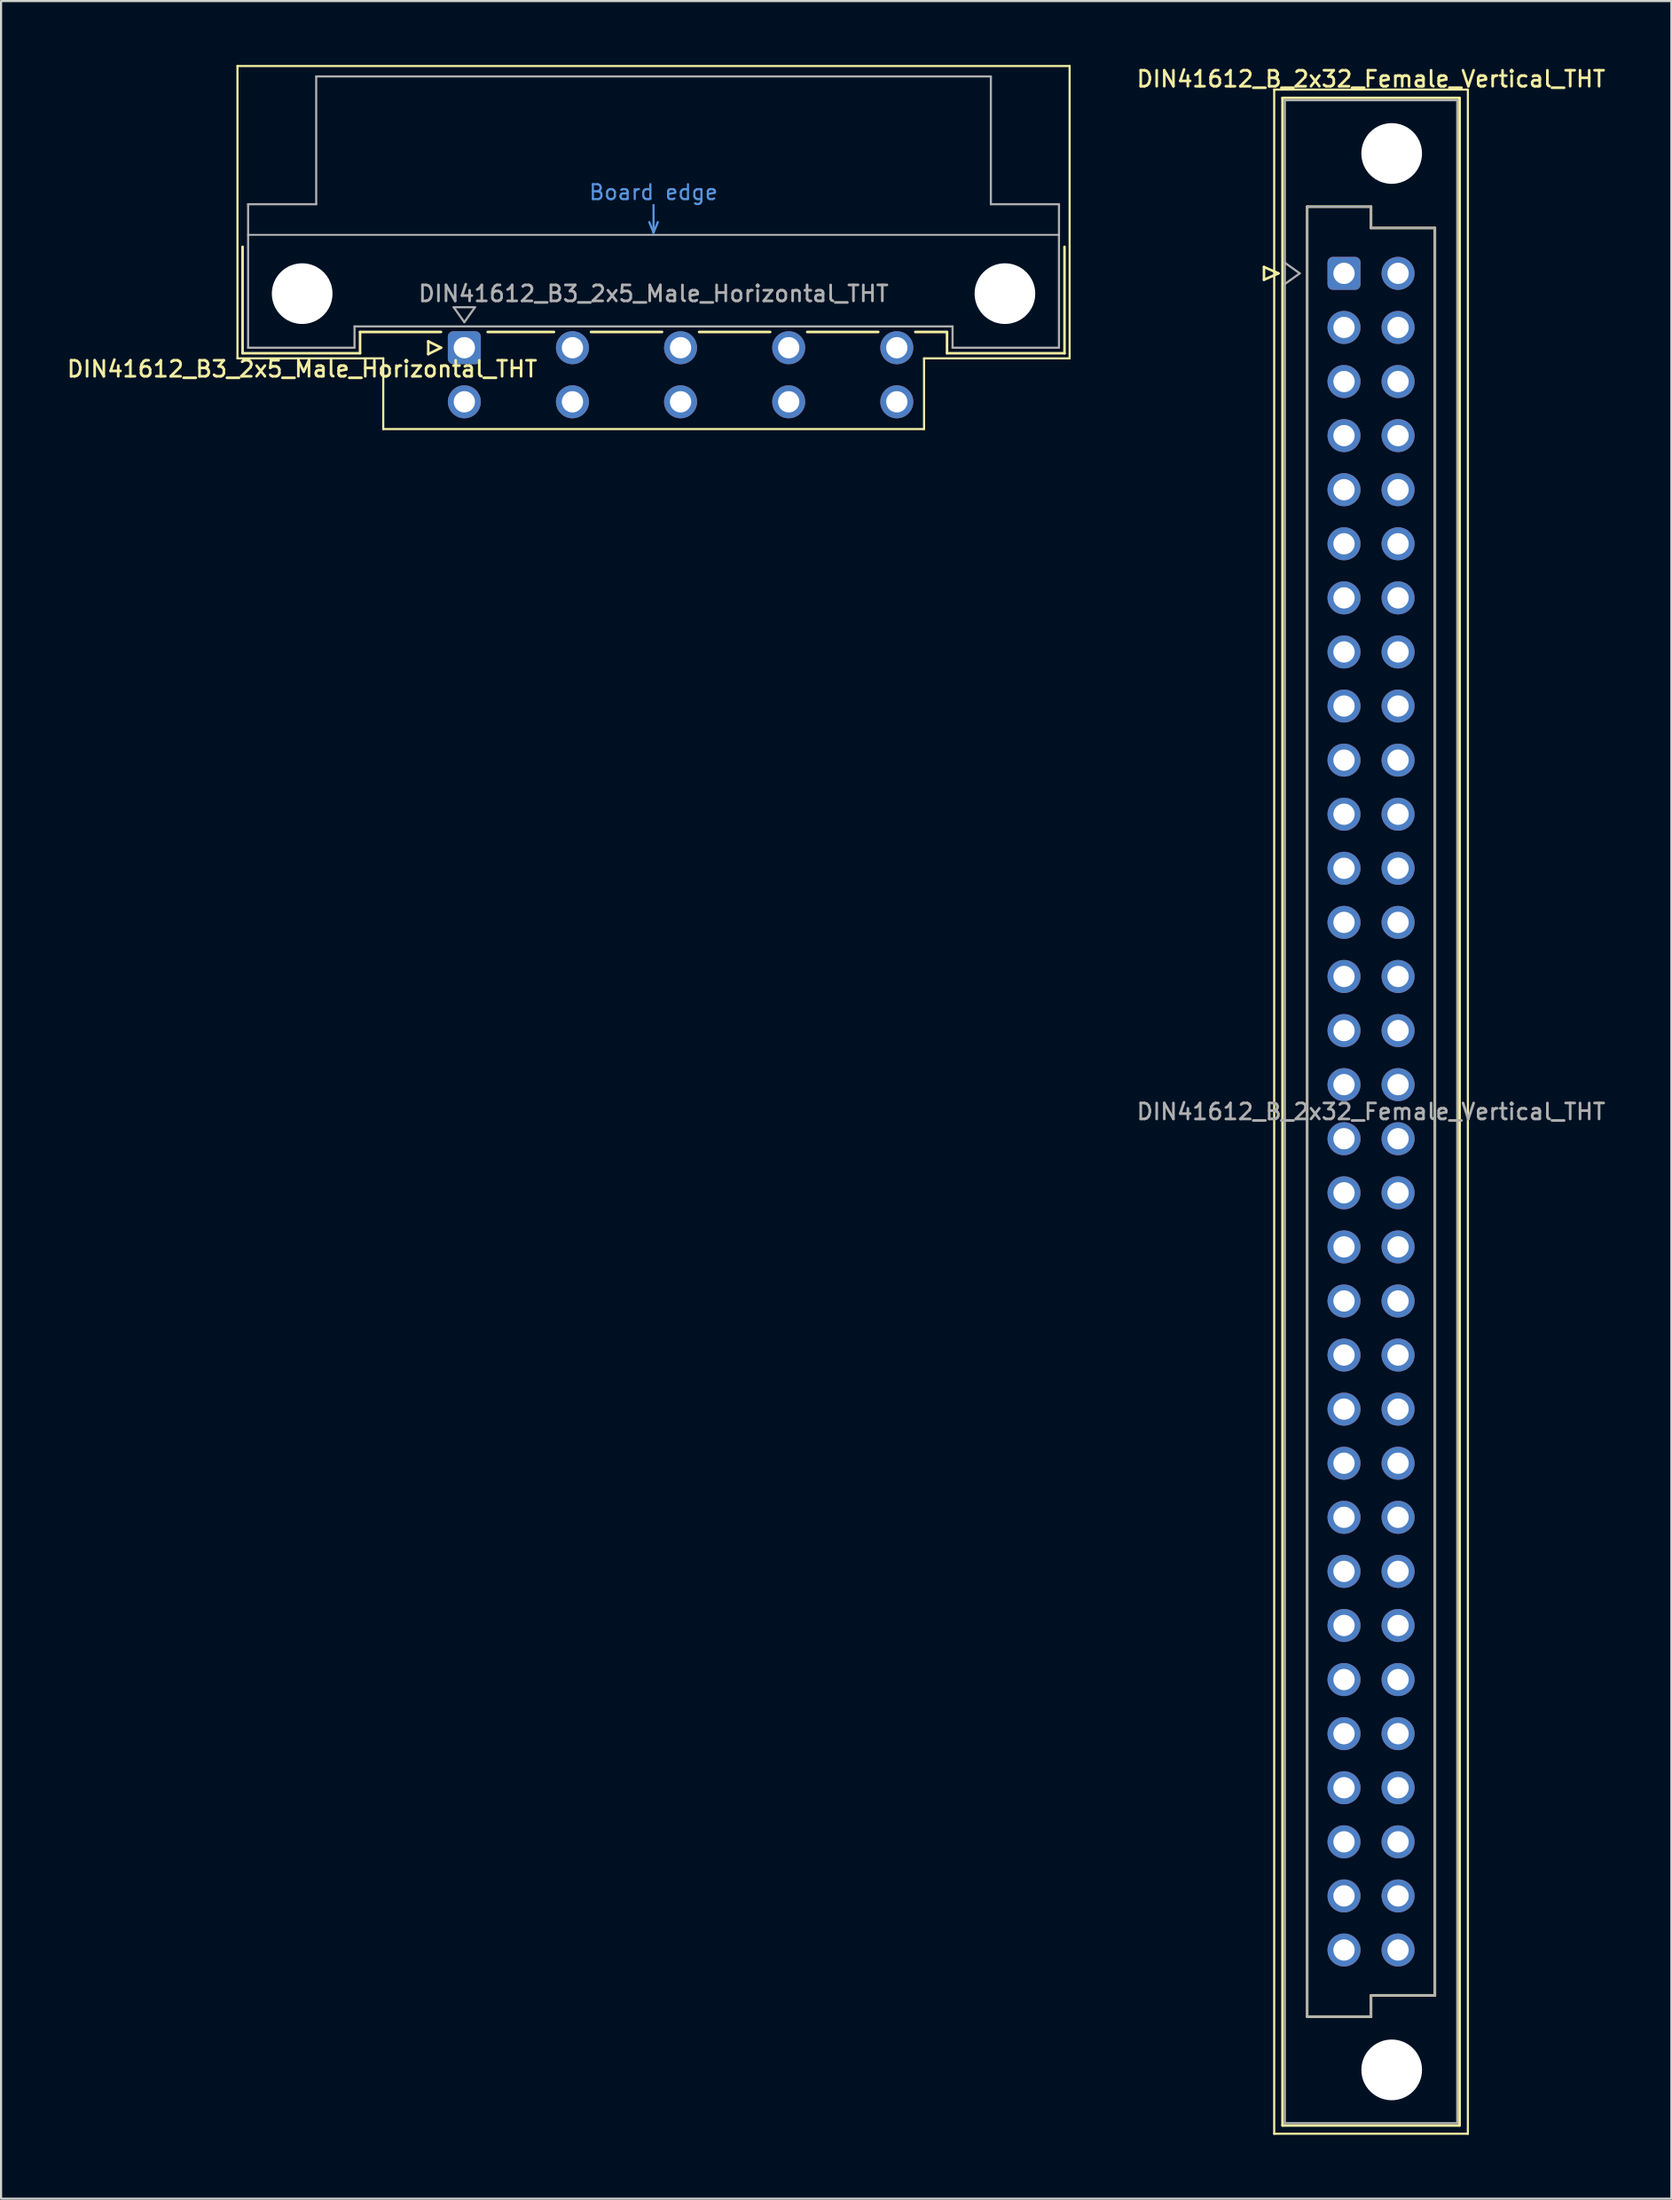
<source format=kicad_pcb>
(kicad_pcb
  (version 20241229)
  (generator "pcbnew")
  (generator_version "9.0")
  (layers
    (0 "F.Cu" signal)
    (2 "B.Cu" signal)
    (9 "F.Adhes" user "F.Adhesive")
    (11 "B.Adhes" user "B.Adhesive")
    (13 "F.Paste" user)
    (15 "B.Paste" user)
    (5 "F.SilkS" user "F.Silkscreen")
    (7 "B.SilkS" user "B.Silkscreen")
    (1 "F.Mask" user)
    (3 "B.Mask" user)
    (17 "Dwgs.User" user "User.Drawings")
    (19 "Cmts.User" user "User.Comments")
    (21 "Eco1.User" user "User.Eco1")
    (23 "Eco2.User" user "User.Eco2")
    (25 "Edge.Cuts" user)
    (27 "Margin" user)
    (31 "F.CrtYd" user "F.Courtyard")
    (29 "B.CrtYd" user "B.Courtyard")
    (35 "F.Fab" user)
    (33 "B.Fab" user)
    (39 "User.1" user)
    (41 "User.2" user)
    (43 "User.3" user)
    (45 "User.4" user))
  (footprint "DIN41612_B_2x32_Female_Vertical_THT"
    (layer "F.Cu")
    (at 60.101 9.788)
    (property "Reference" "DIN41612_B_2x32_Female_Vertical_THT" (at 1.27 -9.13 0) (layer "F.SilkS") (effects (font (size 0.75 0.75) (thickness 0.125))))
    (attr through_hole)
    (fp_line (start -3.76 -0.3) (end -3.76 0.3) (stroke (width 0.12) (type solid)) (layer "F.SilkS"))
    (fp_line (start -3.76 0.3) (end -3.08 0) (stroke (width 0.12) (type solid)) (layer "F.SilkS"))
    (fp_line (start -3.28 -8.63) (end 5.82 -8.63) (stroke (width 0.1) (type solid)) (layer "F.SilkS"))
    (fp_line (start -3.28 87.37) (end -3.28 -8.63) (stroke (width 0.1) (type solid)) (layer "F.SilkS"))
    (fp_line (start -3.08 0) (end -3.76 -0.3) (stroke (width 0.12) (type solid)) (layer "F.SilkS"))
    (fp_line (start -2.89 -8.24) (end 5.43 -8.24) (stroke (width 0.12) (type solid)) (layer "F.SilkS"))
    (fp_line (start -2.89 86.98) (end -2.89 -8.24) (stroke (width 0.12) (type solid)) (layer "F.SilkS"))
    (fp_line (start -1.73 -3.131) (end 1.27 -3.131) (stroke (width 0.12) (type solid)) (layer "F.SilkS"))
    (fp_line (start -1.73 81.87) (end -1.73 -3.131) (stroke (width 0.12) (type solid)) (layer "F.SilkS"))
    (fp_line (start 1.27 -3.131) (end 1.27 -2.131) (stroke (width 0.12) (type solid)) (layer "F.SilkS"))
    (fp_line (start 1.27 -2.131) (end 4.27 -2.131) (stroke (width 0.12) (type solid)) (layer "F.SilkS"))
    (fp_line (start 1.27 80.87) (end 1.27 81.87) (stroke (width 0.12) (type solid)) (layer "F.SilkS"))
    (fp_line (start 1.27 81.87) (end -1.73 81.87) (stroke (width 0.12) (type solid)) (layer "F.SilkS"))
    (fp_line (start 4.27 -2.131) (end 4.27 80.87) (stroke (width 0.12) (type solid)) (layer "F.SilkS"))
    (fp_line (start 4.27 80.87) (end 1.27 80.87) (stroke (width 0.12) (type solid)) (layer "F.SilkS"))
    (fp_line (start 5.43 -8.24) (end 5.43 86.98) (stroke (width 0.12) (type solid)) (layer "F.SilkS"))
    (fp_line (start 5.43 86.98) (end -2.89 86.98) (stroke (width 0.12) (type solid)) (layer "F.SilkS"))
    (fp_line (start 5.82 -8.63) (end 5.82 87.37) (stroke (width 0.1) (type solid)) (layer "F.SilkS"))
    (fp_line (start 5.82 87.37) (end -3.28 87.37) (stroke (width 0.1) (type solid)) (layer "F.SilkS"))
    (fp_line (start -2.78 -8.13) (end 5.32 -8.13) (stroke (width 0.1) (type solid)) (layer "F.Fab"))
    (fp_line (start -2.78 -0.5) (end -2.08 0) (stroke (width 0.1) (type solid)) (layer "F.Fab"))
    (fp_line (start -2.78 86.87) (end -2.78 -8.13) (stroke (width 0.1) (type solid)) (layer "F.Fab"))
    (fp_line (start -2.08 0) (end -2.78 0.5) (stroke (width 0.1) (type solid)) (layer "F.Fab"))
    (fp_line (start -1.73 -3.13) (end 1.27 -3.13) (stroke (width 0.1) (type solid)) (layer "F.Fab"))
    (fp_line (start -1.73 81.87) (end -1.73 -3.13) (stroke (width 0.1) (type solid)) (layer "F.Fab"))
    (fp_line (start 1.27 -3.13) (end 1.27 -2.13) (stroke (width 0.1) (type solid)) (layer "F.Fab"))
    (fp_line (start 1.27 -2.13) (end 4.27 -2.13) (stroke (width 0.1) (type solid)) (layer "F.Fab"))
    (fp_line (start 1.27 80.87) (end 1.27 81.87) (stroke (width 0.1) (type solid)) (layer "F.Fab"))
    (fp_line (start 1.27 81.87) (end -1.73 81.87) (stroke (width 0.1) (type solid)) (layer "F.Fab"))
    (fp_line (start 4.27 -2.13) (end 4.27 80.87) (stroke (width 0.1) (type solid)) (layer "F.Fab"))
    (fp_line (start 4.27 80.87) (end 1.27 80.87) (stroke (width 0.1) (type solid)) (layer "F.Fab"))
    (fp_line (start 5.32 -8.13) (end 5.32 86.87) (stroke (width 0.1) (type solid)) (layer "F.Fab"))
    (fp_line (start 5.32 86.87) (end -2.78 86.87) (stroke (width 0.1) (type solid)) (layer "F.Fab"))
    (fp_text user "${REFERENCE}" (at 1.27 39.37 0) (layer "F.Fab") (effects (font (size 0.75 0.75) (thickness 0.125))))
    (pad "" np_thru_hole circle (at 2.24 -5.63) (size 2.85 2.85) (drill 2.85) (layers "*.Cu" "*.Mask"))
    (pad "" np_thru_hole circle (at 2.24 84.37) (size 2.85 2.85) (drill 2.85) (layers "*.Cu" "*.Mask"))
    (pad "a1" thru_hole roundrect (at 0 0) (size 1.55 1.55) (drill 1) (layers "*.Cu" "*.Mask") (roundrect_rratio 0.161))
    (pad "a2" thru_hole circle (at 0 2.54) (size 1.55 1.55) (drill 1) (layers "*.Cu" "*.Mask"))
    (pad "a3" thru_hole circle (at 0 5.08) (size 1.55 1.55) (drill 1) (layers "*.Cu" "*.Mask"))
    (pad "a4" thru_hole circle (at 0 7.62) (size 1.55 1.55) (drill 1) (layers "*.Cu" "*.Mask"))
    (pad "a5" thru_hole circle (at 0 10.16) (size 1.55 1.55) (drill 1) (layers "*.Cu" "*.Mask"))
    (pad "a6" thru_hole circle (at 0 12.7) (size 1.55 1.55) (drill 1) (layers "*.Cu" "*.Mask"))
    (pad "a7" thru_hole circle (at 0 15.24) (size 1.55 1.55) (drill 1) (layers "*.Cu" "*.Mask"))
    (pad "a8" thru_hole circle (at 0 17.78) (size 1.55 1.55) (drill 1) (layers "*.Cu" "*.Mask"))
    (pad "a9" thru_hole circle (at 0 20.32) (size 1.55 1.55) (drill 1) (layers "*.Cu" "*.Mask"))
    (pad "a10" thru_hole circle (at 0 22.86) (size 1.55 1.55) (drill 1) (layers "*.Cu" "*.Mask"))
    (pad "a11" thru_hole circle (at 0 25.4) (size 1.55 1.55) (drill 1) (layers "*.Cu" "*.Mask"))
    (pad "a12" thru_hole circle (at 0 27.94) (size 1.55 1.55) (drill 1) (layers "*.Cu" "*.Mask"))
    (pad "a13" thru_hole circle (at 0 30.48) (size 1.55 1.55) (drill 1) (layers "*.Cu" "*.Mask"))
    (pad "a14" thru_hole circle (at 0 33.02) (size 1.55 1.55) (drill 1) (layers "*.Cu" "*.Mask"))
    (pad "a15" thru_hole circle (at 0 35.56) (size 1.55 1.55) (drill 1) (layers "*.Cu" "*.Mask"))
    (pad "a16" thru_hole circle (at 0 38.1) (size 1.55 1.55) (drill 1) (layers "*.Cu" "*.Mask"))
    (pad "a17" thru_hole circle (at 0 40.64) (size 1.55 1.55) (drill 1) (layers "*.Cu" "*.Mask"))
    (pad "a18" thru_hole circle (at 0 43.18) (size 1.55 1.55) (drill 1) (layers "*.Cu" "*.Mask"))
    (pad "a19" thru_hole circle (at 0 45.72) (size 1.55 1.55) (drill 1) (layers "*.Cu" "*.Mask"))
    (pad "a20" thru_hole circle (at 0 48.26) (size 1.55 1.55) (drill 1) (layers "*.Cu" "*.Mask"))
    (pad "a21" thru_hole circle (at 0 50.8) (size 1.55 1.55) (drill 1) (layers "*.Cu" "*.Mask"))
    (pad "a22" thru_hole circle (at 0 53.34) (size 1.55 1.55) (drill 1) (layers "*.Cu" "*.Mask"))
    (pad "a23" thru_hole circle (at 0 55.88) (size 1.55 1.55) (drill 1) (layers "*.Cu" "*.Mask"))
    (pad "a24" thru_hole circle (at 0 58.42) (size 1.55 1.55) (drill 1) (layers "*.Cu" "*.Mask"))
    (pad "a25" thru_hole circle (at 0 60.96) (size 1.55 1.55) (drill 1) (layers "*.Cu" "*.Mask"))
    (pad "a26" thru_hole circle (at 0 63.5) (size 1.55 1.55) (drill 1) (layers "*.Cu" "*.Mask"))
    (pad "a27" thru_hole circle (at 0 66.04) (size 1.55 1.55) (drill 1) (layers "*.Cu" "*.Mask"))
    (pad "a28" thru_hole circle (at 0 68.58) (size 1.55 1.55) (drill 1) (layers "*.Cu" "*.Mask"))
    (pad "a29" thru_hole circle (at 0 71.12) (size 1.55 1.55) (drill 1) (layers "*.Cu" "*.Mask"))
    (pad "a30" thru_hole circle (at 0 73.66) (size 1.55 1.55) (drill 1) (layers "*.Cu" "*.Mask"))
    (pad "a31" thru_hole circle (at 0 76.2) (size 1.55 1.55) (drill 1) (layers "*.Cu" "*.Mask"))
    (pad "a32" thru_hole circle (at 0 78.74) (size 1.55 1.55) (drill 1) (layers "*.Cu" "*.Mask"))
    (pad "b1" thru_hole circle (at 2.54 0) (size 1.55 1.55) (drill 1) (layers "*.Cu" "*.Mask"))
    (pad "b2" thru_hole circle (at 2.54 2.54) (size 1.55 1.55) (drill 1) (layers "*.Cu" "*.Mask"))
    (pad "b3" thru_hole circle (at 2.54 5.08) (size 1.55 1.55) (drill 1) (layers "*.Cu" "*.Mask"))
    (pad "b4" thru_hole circle (at 2.54 7.62) (size 1.55 1.55) (drill 1) (layers "*.Cu" "*.Mask"))
    (pad "b5" thru_hole circle (at 2.54 10.16) (size 1.55 1.55) (drill 1) (layers "*.Cu" "*.Mask"))
    (pad "b6" thru_hole circle (at 2.54 12.7) (size 1.55 1.55) (drill 1) (layers "*.Cu" "*.Mask"))
    (pad "b7" thru_hole circle (at 2.54 15.24) (size 1.55 1.55) (drill 1) (layers "*.Cu" "*.Mask"))
    (pad "b8" thru_hole circle (at 2.54 17.78) (size 1.55 1.55) (drill 1) (layers "*.Cu" "*.Mask"))
    (pad "b9" thru_hole circle (at 2.54 20.32) (size 1.55 1.55) (drill 1) (layers "*.Cu" "*.Mask"))
    (pad "b10" thru_hole circle (at 2.54 22.86) (size 1.55 1.55) (drill 1) (layers "*.Cu" "*.Mask"))
    (pad "b11" thru_hole circle (at 2.54 25.4) (size 1.55 1.55) (drill 1) (layers "*.Cu" "*.Mask"))
    (pad "b12" thru_hole circle (at 2.54 27.94) (size 1.55 1.55) (drill 1) (layers "*.Cu" "*.Mask"))
    (pad "b13" thru_hole circle (at 2.54 30.48) (size 1.55 1.55) (drill 1) (layers "*.Cu" "*.Mask"))
    (pad "b14" thru_hole circle (at 2.54 33.02) (size 1.55 1.55) (drill 1) (layers "*.Cu" "*.Mask"))
    (pad "b15" thru_hole circle (at 2.54 35.56) (size 1.55 1.55) (drill 1) (layers "*.Cu" "*.Mask"))
    (pad "b16" thru_hole circle (at 2.54 38.1) (size 1.55 1.55) (drill 1) (layers "*.Cu" "*.Mask"))
    (pad "b17" thru_hole circle (at 2.54 40.64) (size 1.55 1.55) (drill 1) (layers "*.Cu" "*.Mask"))
    (pad "b18" thru_hole circle (at 2.54 43.18) (size 1.55 1.55) (drill 1) (layers "*.Cu" "*.Mask"))
    (pad "b19" thru_hole circle (at 2.54 45.72) (size 1.55 1.55) (drill 1) (layers "*.Cu" "*.Mask"))
    (pad "b20" thru_hole circle (at 2.54 48.26) (size 1.55 1.55) (drill 1) (layers "*.Cu" "*.Mask"))
    (pad "b21" thru_hole circle (at 2.54 50.8) (size 1.55 1.55) (drill 1) (layers "*.Cu" "*.Mask"))
    (pad "b22" thru_hole circle (at 2.54 53.34) (size 1.55 1.55) (drill 1) (layers "*.Cu" "*.Mask"))
    (pad "b23" thru_hole circle (at 2.54 55.88) (size 1.55 1.55) (drill 1) (layers "*.Cu" "*.Mask"))
    (pad "b24" thru_hole circle (at 2.54 58.42) (size 1.55 1.55) (drill 1) (layers "*.Cu" "*.Mask"))
    (pad "b25" thru_hole circle (at 2.54 60.96) (size 1.55 1.55) (drill 1) (layers "*.Cu" "*.Mask"))
    (pad "b26" thru_hole circle (at 2.54 63.5) (size 1.55 1.55) (drill 1) (layers "*.Cu" "*.Mask"))
    (pad "b27" thru_hole circle (at 2.54 66.04) (size 1.55 1.55) (drill 1) (layers "*.Cu" "*.Mask"))
    (pad "b28" thru_hole circle (at 2.54 68.58) (size 1.55 1.55) (drill 1) (layers "*.Cu" "*.Mask"))
    (pad "b29" thru_hole circle (at 2.54 71.12) (size 1.55 1.55) (drill 1) (layers "*.Cu" "*.Mask"))
    (pad "b30" thru_hole circle (at 2.54 73.66) (size 1.55 1.55) (drill 1) (layers "*.Cu" "*.Mask"))
    (pad "b31" thru_hole circle (at 2.54 76.2) (size 1.55 1.55) (drill 1) (layers "*.Cu" "*.Mask"))
    (pad "b32" thru_hole circle (at 2.54 78.74) (size 1.55 1.55) (drill 1) (layers "*.Cu" "*.Mask")))
  (footprint "DIN41612_B3_2x5_Male_Horizontal_THT"
    (layer "F.Cu")
    (at 16.228 13.28)
    (property "Reference" "DIN41612_B3_2x5_Male_Horizontal_THT" (at -5.08 1 0) (layer "F.SilkS") (effects (font (size 0.75 0.75) (thickness 0.125))))
    (attr through_hole)
    (fp_line (start -8.12 -13.23) (end -8.12 0.5) (stroke (width 0.1) (type solid)) (layer "F.SilkS"))
    (fp_line (start -8.12 0.5) (end -1.27 0.5) (stroke (width 0.1) (type solid)) (layer "F.SilkS"))
    (fp_line (start -7.88 -4.74) (end -7.88 0.26) (stroke (width 0.12) (type solid)) (layer "F.SilkS"))
    (fp_line (start -7.88 0.26) (end -2.36 0.26) (stroke (width 0.12) (type solid)) (layer "F.SilkS"))
    (fp_line (start -2.361 -0.74) (end 1.445 -0.74) (stroke (width 0.12) (type solid)) (layer "F.SilkS"))
    (fp_line (start -2.36 0.26) (end -2.36 -0.74) (stroke (width 0.12) (type solid)) (layer "F.SilkS"))
    (fp_line (start -1.27 0.5) (end -1.27 3.82) (stroke (width 0.1) (type solid)) (layer "F.SilkS"))
    (fp_line (start -1.27 3.82) (end 24.14 3.82) (stroke (width 0.1) (type solid)) (layer "F.SilkS"))
    (fp_line (start 0.845 -0.3) (end 0.845 0.3) (stroke (width 0.12) (type solid)) (layer "F.SilkS"))
    (fp_line (start 0.845 0.3) (end 1.445 0) (stroke (width 0.12) (type solid)) (layer "F.SilkS"))
    (fp_line (start 1.445 0) (end 0.845 -0.3) (stroke (width 0.12) (type solid)) (layer "F.SilkS"))
    (fp_line (start 3.635 -0.74) (end 6.751 -0.74) (stroke (width 0.12) (type solid)) (layer "F.SilkS"))
    (fp_line (start 8.49 -0.74) (end 11.831 -0.74) (stroke (width 0.12) (type solid)) (layer "F.SilkS"))
    (fp_line (start 13.57 -0.74) (end 16.911 -0.74) (stroke (width 0.12) (type solid)) (layer "F.SilkS"))
    (fp_line (start 18.65 -0.74) (end 21.991 -0.74) (stroke (width 0.12) (type solid)) (layer "F.SilkS"))
    (fp_line (start 23.73 -0.74) (end 25.22 -0.74) (stroke (width 0.12) (type solid)) (layer "F.SilkS"))
    (fp_line (start 24.14 0.5) (end 30.98 0.5) (stroke (width 0.1) (type solid)) (layer "F.SilkS"))
    (fp_line (start 24.14 3.82) (end 24.14 0.5) (stroke (width 0.1) (type solid)) (layer "F.SilkS"))
    (fp_line (start 25.22 0.26) (end 25.22 -0.74) (stroke (width 0.12) (type solid)) (layer "F.SilkS"))
    (fp_line (start 30.74 -4.74) (end 30.74 0.26) (stroke (width 0.12) (type solid)) (layer "F.SilkS"))
    (fp_line (start 30.74 0.26) (end 25.22 0.26) (stroke (width 0.12) (type solid)) (layer "F.SilkS"))
    (fp_line (start 30.98 -13.23) (end -8.12 -13.23) (stroke (width 0.1) (type solid)) (layer "F.SilkS"))
    (fp_line (start 30.98 0.5) (end 30.98 -13.23) (stroke (width 0.1) (type solid)) (layer "F.SilkS"))
    (fp_line (start -7.62 -5.3) (end 30.48 -5.3) (stroke (width 0.08) (type solid)) (layer "Dwgs.User"))
    (fp_line (start 11.23 -5.9) (end 11.43 -5.4) (stroke (width 0.1) (type solid)) (layer "Cmts.User"))
    (fp_line (start 11.43 -5.4) (end 11.43 -6.7) (stroke (width 0.1) (type solid)) (layer "Cmts.User"))
    (fp_line (start 11.43 -5.4) (end 11.63 -5.9) (stroke (width 0.1) (type solid)) (layer "Cmts.User"))
    (fp_line (start -7.62 -6.74) (end -7.62 0) (stroke (width 0.1) (type solid)) (layer "F.Fab"))
    (fp_line (start -7.62 0) (end -2.62 0) (stroke (width 0.1) (type solid)) (layer "F.Fab"))
    (fp_line (start -4.42 -12.74) (end -4.42 -6.74) (stroke (width 0.1) (type solid)) (layer "F.Fab"))
    (fp_line (start -4.42 -6.74) (end -7.62 -6.74) (stroke (width 0.1) (type solid)) (layer "F.Fab"))
    (fp_line (start -2.62 -1) (end 25.48 -1) (stroke (width 0.1) (type solid)) (layer "F.Fab"))
    (fp_line (start -2.62 0) (end -2.62 -1) (stroke (width 0.1) (type solid)) (layer "F.Fab"))
    (fp_line (start 2.04 -1.9) (end 3.04 -1.9) (stroke (width 0.1) (type solid)) (layer "F.Fab"))
    (fp_line (start 2.54 -1.2) (end 2.04 -1.9) (stroke (width 0.1) (type solid)) (layer "F.Fab"))
    (fp_line (start 3.04 -1.9) (end 2.54 -1.2) (stroke (width 0.1) (type solid)) (layer "F.Fab"))
    (fp_line (start 25.48 -1) (end 25.48 0) (stroke (width 0.1) (type solid)) (layer "F.Fab"))
    (fp_line (start 25.48 0) (end 30.48 0) (stroke (width 0.1) (type solid)) (layer "F.Fab"))
    (fp_line (start 27.28 -12.74) (end -4.42 -12.74) (stroke (width 0.1) (type solid)) (layer "F.Fab"))
    (fp_line (start 27.28 -6.74) (end 27.28 -12.74) (stroke (width 0.1) (type solid)) (layer "F.Fab"))
    (fp_line (start 30.48 -6.74) (end 27.28 -6.74) (stroke (width 0.1) (type solid)) (layer "F.Fab"))
    (fp_line (start 30.48 0) (end 30.48 -6.74) (stroke (width 0.1) (type solid)) (layer "F.Fab"))
    (fp_text user "Board edge" (at 11.43 -7.3 0) (layer "Cmts.User") (effects (font (size 0.7 0.7) (thickness 0.1))))
    (fp_text user "${REFERENCE}" (at 11.43 -2.54 0) (layer "F.Fab") (effects (font (size 0.75 0.75) (thickness 0.125))))
    (pad "" np_thru_hole circle (at -5.08 -2.54) (size 2.85 2.85) (drill 2.85) (layers "*.Cu" "*.Mask"))
    (pad "" np_thru_hole circle (at 27.94 -2.54) (size 2.85 2.85) (drill 2.85) (layers "*.Cu" "*.Mask"))
    (pad "a2" thru_hole roundrect (at 2.54 0) (size 1.55 1.55) (drill 1) (layers "*.Cu" "*.Mask") (roundrect_rratio 0.161))
    (pad "a4" thru_hole circle (at 7.62 0) (size 1.55 1.55) (drill 1) (layers "*.Cu" "*.Mask"))
    (pad "a6" thru_hole circle (at 12.7 0) (size 1.55 1.55) (drill 1) (layers "*.Cu" "*.Mask"))
    (pad "a8" thru_hole circle (at 17.78 0) (size 1.55 1.55) (drill 1) (layers "*.Cu" "*.Mask"))
    (pad "a10" thru_hole circle (at 22.86 0) (size 1.55 1.55) (drill 1) (layers "*.Cu" "*.Mask"))
    (pad "b2" thru_hole circle (at 2.54 2.54) (size 1.55 1.55) (drill 1) (layers "*.Cu" "*.Mask"))
    (pad "b4" thru_hole circle (at 7.62 2.54) (size 1.55 1.55) (drill 1) (layers "*.Cu" "*.Mask"))
    (pad "b6" thru_hole circle (at 12.7 2.54) (size 1.55 1.55) (drill 1) (layers "*.Cu" "*.Mask"))
    (pad "b8" thru_hole circle (at 17.78 2.54) (size 1.55 1.55) (drill 1) (layers "*.Cu" "*.Mask"))
    (pad "b10" thru_hole circle (at 22.86 2.54) (size 1.55 1.55) (drill 1) (layers "*.Cu" "*.Mask")))
  (gr_rect
    (start -3 -3)
    (end 75.483 100.208)
    (stroke (width 0.1) (type default))
    (fill no)
    (layer "Edge.Cuts")))
</source>
